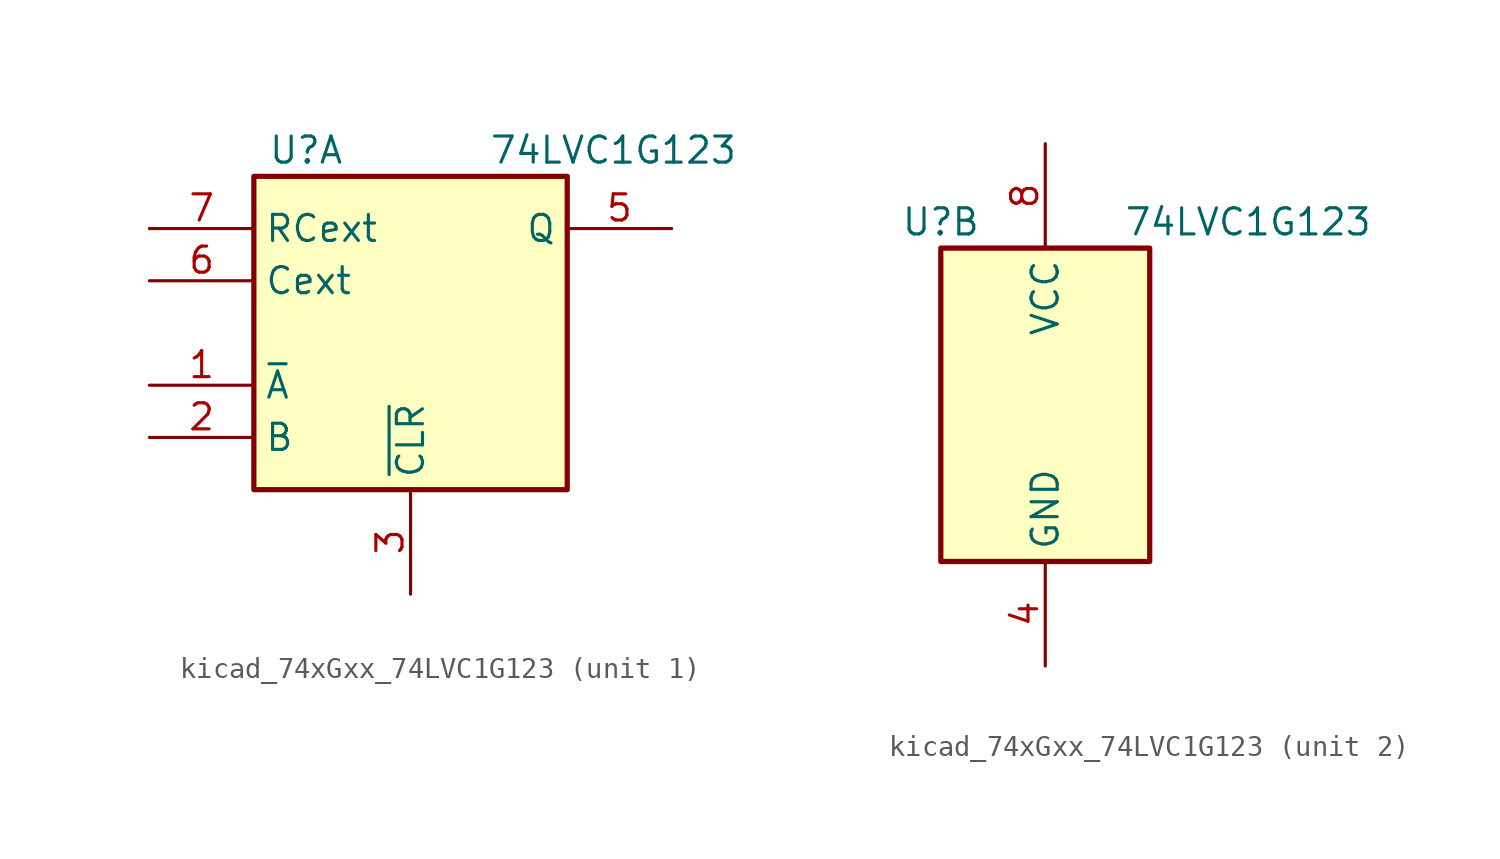
<source format=kicad_sym>
(kicad_symbol_lib
  (version 20220914)
  (generator kicad_symbol_editor)
  (symbol "kicad_74xGxx_74LVC1G123"
    (property "Reference" "U"
      (at -5.08 8.89 0)
      (effects (font (size 1.27 1.27))))
    (property "Value" "74LVC1G123"
      (at 3.81 8.89 0)
      (effects (font (size 1.27 1.27)) (justify left)))
    (symbol "kicad_74xGxx_74LVC1G123_1_1"
      (rectangle (start -7.62 7.62) (end 7.62 -7.62) (stroke (width 0.254) (type default)) (fill (type background)))
      (pin input line (at -12.7 -2.54 0) (length 5.08) (name "~{A}" (effects (font (size 1.27 1.27)))) (number "1" (effects (font (size 1.27 1.27)))))
      (pin input line (at -12.7 -5.08 0) (length 5.08) (name "B" (effects (font (size 1.27 1.27)))) (number "2" (effects (font (size 1.27 1.27)))))
      (pin input line (at 0 -12.7 90) (length 5.08) (name "~{CLR}" (effects (font (size 1.27 1.27)))) (number "3" (effects (font (size 1.27 1.27)))))
      (pin output line (at 12.7 5.08 180) (length 5.08) (name "Q" (effects (font (size 1.27 1.27)))) (number "5" (effects (font (size 1.27 1.27)))))
      (pin input line (at -12.7 2.54 0) (length 5.08) (name "Cext" (effects (font (size 1.27 1.27)))) (number "6" (effects (font (size 1.27 1.27)))))
      (pin input line (at -12.7 5.08 0) (length 5.08) (name "RCext" (effects (font (size 1.27 1.27)))) (number "7" (effects (font (size 1.27 1.27))))))
    (symbol "kicad_74xGxx_74LVC1G123_2_1"
      (rectangle (start -5.08 7.62) (end 5.08 -7.62) (stroke (width 0.254) (type default)) (fill (type background)))
      (pin power_in line (at 0 -12.7 90) (length 5.08) (name "GND" (effects (font (size 1.27 1.27)))) (number "4" (effects (font (size 1.27 1.27)))))
      (pin power_in line (at 0 12.7 270) (length 5.08) (name "VCC" (effects (font (size 1.27 1.27)))) (number "8" (effects (font (size 1.27 1.27))))))))
</source>
